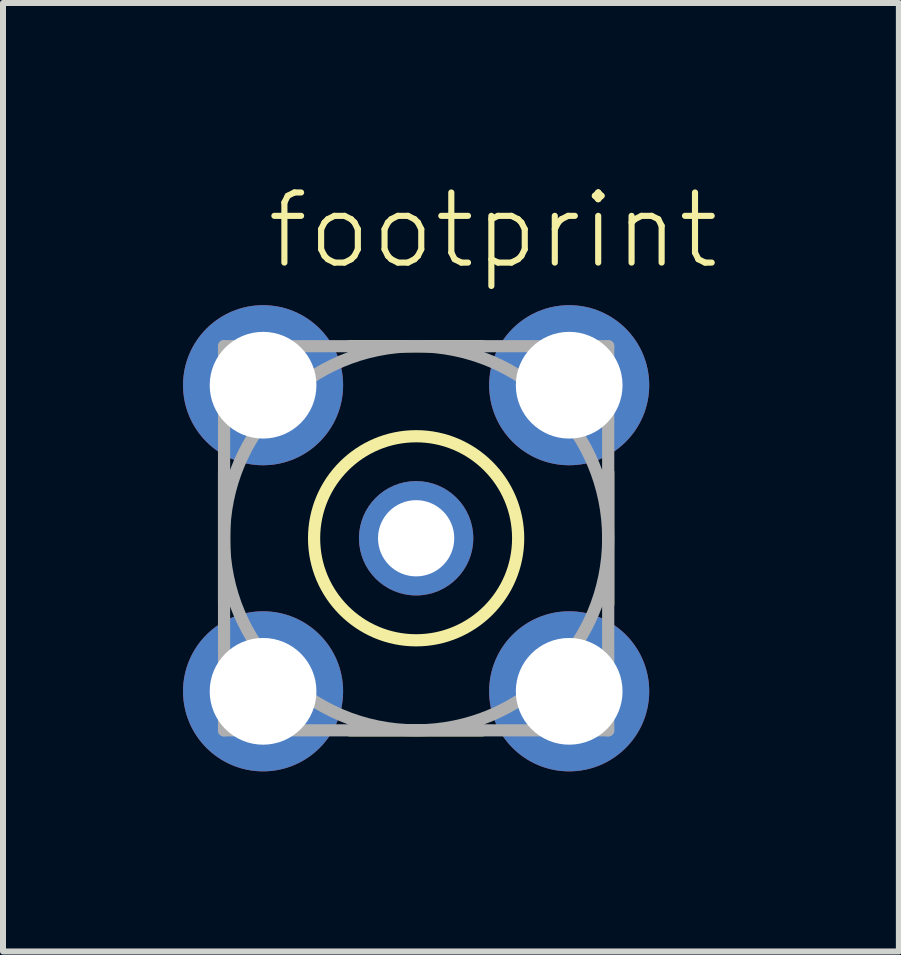
<source format=kicad_pcb>
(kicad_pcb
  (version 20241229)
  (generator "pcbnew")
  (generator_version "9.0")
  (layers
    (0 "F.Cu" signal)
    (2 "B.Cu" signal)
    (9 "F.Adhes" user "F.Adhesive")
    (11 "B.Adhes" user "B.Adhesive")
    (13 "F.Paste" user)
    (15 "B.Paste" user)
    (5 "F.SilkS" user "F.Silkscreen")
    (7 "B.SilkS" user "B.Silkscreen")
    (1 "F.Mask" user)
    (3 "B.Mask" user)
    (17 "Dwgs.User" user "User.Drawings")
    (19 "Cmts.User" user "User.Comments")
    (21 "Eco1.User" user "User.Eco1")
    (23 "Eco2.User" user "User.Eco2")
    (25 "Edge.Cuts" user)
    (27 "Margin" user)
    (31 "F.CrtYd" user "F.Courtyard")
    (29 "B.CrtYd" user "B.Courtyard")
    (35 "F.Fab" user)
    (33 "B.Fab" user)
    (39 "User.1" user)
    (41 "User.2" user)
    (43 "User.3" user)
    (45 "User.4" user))
  (footprint "footprint"
    (layer "F.Cu")
    (at 3.883 5.918)
    (property "Reference" "footprint" (at -2.54 -4.445 0) (layer "F.SilkS") (effects (font (size 1.168 1.168) (thickness 0.102)) (justify left bottom)))
    (fp_line (start -3.2 1.1) (end -3.2 -1.1) (stroke (width 0.203) (type solid)) (layer "F.SilkS"))
    (fp_line (start -1.1 -3.2) (end 1.1 -3.2) (stroke (width 0.203) (type solid)) (layer "F.SilkS"))
    (fp_line (start 1.1 3.2) (end -1.1 3.2) (stroke (width 0.203) (type solid)) (layer "F.SilkS"))
    (fp_line (start 3.2 -1.1) (end 3.2 1.1) (stroke (width 0.203) (type solid)) (layer "F.SilkS"))
    (fp_circle (center 0 0) (end 1.7 0) (stroke (width 0.203) (type solid)) (fill no) (layer "F.SilkS"))
    (fp_line (start -3.2 3.2) (end -3.2 -3.2) (stroke (width 0.203) (type solid)) (layer "F.Fab"))
    (fp_line (start -3.2 -3.2) (end 3.2 -3.2) (stroke (width 0.203) (type solid)) (layer "F.Fab"))
    (fp_line (start 3.2 3.2) (end -3.2 3.2) (stroke (width 0.203) (type solid)) (layer "F.Fab"))
    (fp_line (start 3.2 -3.2) (end 3.2 3.2) (stroke (width 0.203) (type solid)) (layer "F.Fab"))
    (fp_circle (center 0 0) (end 3.2 0) (stroke (width 0.203) (type solid)) (fill no) (layer "F.Fab"))
    (pad "1" thru_hole circle (at 0 0) (size 1.905 1.905) (drill 1.27) (layers "*.Cu" "*.Mask"))
    (pad "2" thru_hole circle (at -2.55 -2.55) (size 2.667 2.667) (drill 1.778) (layers "*.Cu" "*.Mask"))
    (pad "3" thru_hole circle (at 2.55 -2.55) (size 2.667 2.667) (drill 1.778) (layers "*.Cu" "*.Mask"))
    (pad "4" thru_hole circle (at 2.55 2.55) (size 2.667 2.667) (drill 1.778) (layers "*.Cu" "*.Mask"))
    (pad "5" thru_hole circle (at -2.55 2.55) (size 2.667 2.667) (drill 1.778) (layers "*.Cu" "*.Mask")))
  (gr_rect
    (start -3 -3)
    (end 11.926 12.802)
    (stroke (width 0.1) (type default))
    (fill no)
    (layer "Edge.Cuts")))
</source>
